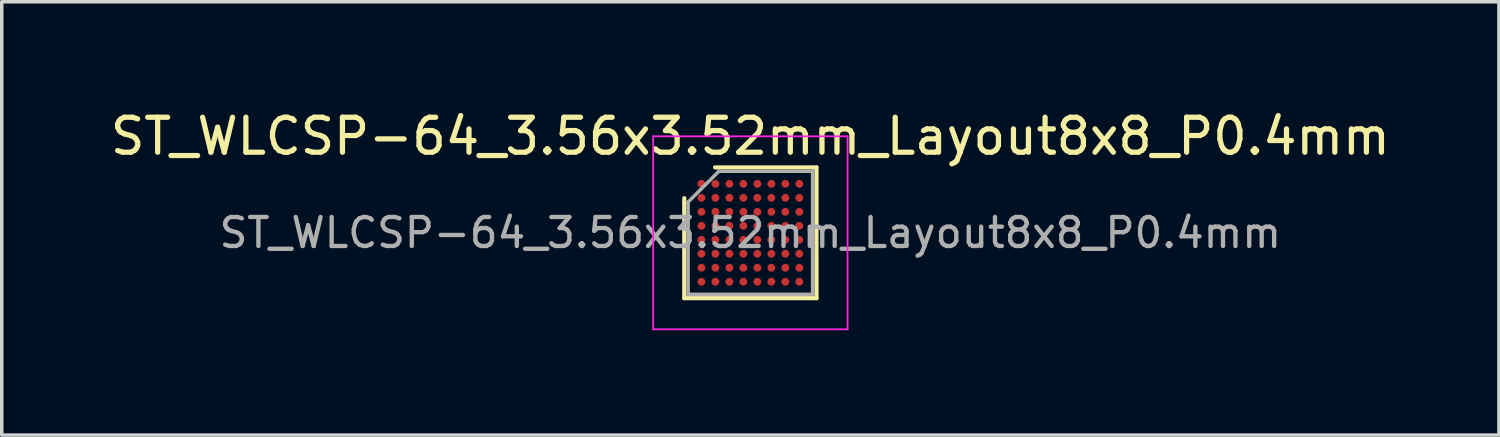
<source format=kicad_pcb>
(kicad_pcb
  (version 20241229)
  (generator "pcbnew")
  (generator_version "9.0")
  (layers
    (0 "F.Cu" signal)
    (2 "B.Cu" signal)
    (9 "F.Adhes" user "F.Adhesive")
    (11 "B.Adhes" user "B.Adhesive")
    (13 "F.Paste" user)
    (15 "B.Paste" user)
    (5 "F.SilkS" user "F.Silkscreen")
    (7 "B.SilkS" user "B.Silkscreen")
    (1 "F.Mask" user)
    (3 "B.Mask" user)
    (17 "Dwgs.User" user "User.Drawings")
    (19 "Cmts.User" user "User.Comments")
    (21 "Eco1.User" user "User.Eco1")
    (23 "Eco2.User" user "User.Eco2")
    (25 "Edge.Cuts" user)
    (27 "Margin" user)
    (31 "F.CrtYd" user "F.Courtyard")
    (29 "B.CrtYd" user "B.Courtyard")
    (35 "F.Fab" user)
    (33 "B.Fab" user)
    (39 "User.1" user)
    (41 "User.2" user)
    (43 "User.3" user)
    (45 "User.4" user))
  (footprint "ST_WLCSP-64_3.56x3.52mm_Layout8x8_P0.4mm"
    (layer "F.Cu")
    (at 18.411 3.608)
    (property "Reference" "ST_WLCSP-64_3.56x3.52mm_Layout8x8_P0.4mm" (at 0 -2.76 0) (layer "F.SilkS") (effects (font (size 1 1) (thickness 0.15))))
    (attr smd)
    (fp_line (start -1.89 1.87) (end -1.89 -0.99) (stroke (width 0.12) (type solid)) (layer "F.SilkS"))
    (fp_line (start -1.01 -1.87) (end 1.89 -1.87) (stroke (width 0.12) (type solid)) (layer "F.SilkS"))
    (fp_line (start 1.89 -1.87) (end 1.89 1.87) (stroke (width 0.12) (type solid)) (layer "F.SilkS"))
    (fp_line (start 1.89 1.87) (end -1.89 1.87) (stroke (width 0.12) (type solid)) (layer "F.SilkS"))
    (fp_line (start -2.78 -2.76) (end -2.78 2.76) (stroke (width 0.05) (type solid)) (layer "F.CrtYd"))
    (fp_line (start -2.78 2.76) (end 2.78 2.76) (stroke (width 0.05) (type solid)) (layer "F.CrtYd"))
    (fp_line (start 2.78 -2.76) (end -2.78 -2.76) (stroke (width 0.05) (type solid)) (layer "F.CrtYd"))
    (fp_line (start 2.78 2.76) (end 2.78 -2.76) (stroke (width 0.05) (type solid)) (layer "F.CrtYd"))
    (fp_line (start -1.78 -0.88) (end -0.9 -1.76) (stroke (width 0.1) (type solid)) (layer "F.Fab"))
    (fp_line (start -1.78 1.76) (end -1.78 -0.88) (stroke (width 0.1) (type solid)) (layer "F.Fab"))
    (fp_line (start -0.9 -1.76) (end 1.78 -1.76) (stroke (width 0.1) (type solid)) (layer "F.Fab"))
    (fp_line (start 1.78 -1.76) (end 1.78 1.76) (stroke (width 0.1) (type solid)) (layer "F.Fab"))
    (fp_line (start 1.78 1.76) (end -1.78 1.76) (stroke (width 0.1) (type solid)) (layer "F.Fab"))
    (fp_text user "${REFERENCE}" (at 0 0 0) (layer "F.Fab") (effects (font (size 0.83 0.83) (thickness 0.124))))
    (pad "A1" smd circle (at -1.4 -1.4) (size 0.225 0.225) (layers "F.Cu" "F.Mask" "F.Paste"))
    (pad "A2" smd circle (at -1 -1.4) (size 0.225 0.225) (layers "F.Cu" "F.Mask" "F.Paste"))
    (pad "A3" smd circle (at -0.6 -1.4) (size 0.225 0.225) (layers "F.Cu" "F.Mask" "F.Paste"))
    (pad "A4" smd circle (at -0.2 -1.4) (size 0.225 0.225) (layers "F.Cu" "F.Mask" "F.Paste"))
    (pad "A5" smd circle (at 0.2 -1.4) (size 0.225 0.225) (layers "F.Cu" "F.Mask" "F.Paste"))
    (pad "A6" smd circle (at 0.6 -1.4) (size 0.225 0.225) (layers "F.Cu" "F.Mask" "F.Paste"))
    (pad "A7" smd circle (at 1 -1.4) (size 0.225 0.225) (layers "F.Cu" "F.Mask" "F.Paste"))
    (pad "A8" smd circle (at 1.4 -1.4) (size 0.225 0.225) (layers "F.Cu" "F.Mask" "F.Paste"))
    (pad "B1" smd circle (at -1.4 -1) (size 0.225 0.225) (layers "F.Cu" "F.Mask" "F.Paste"))
    (pad "B2" smd circle (at -1 -1) (size 0.225 0.225) (layers "F.Cu" "F.Mask" "F.Paste"))
    (pad "B3" smd circle (at -0.6 -1) (size 0.225 0.225) (layers "F.Cu" "F.Mask" "F.Paste"))
    (pad "B4" smd circle (at -0.2 -1) (size 0.225 0.225) (layers "F.Cu" "F.Mask" "F.Paste"))
    (pad "B5" smd circle (at 0.2 -1) (size 0.225 0.225) (layers "F.Cu" "F.Mask" "F.Paste"))
    (pad "B6" smd circle (at 0.6 -1) (size 0.225 0.225) (layers "F.Cu" "F.Mask" "F.Paste"))
    (pad "B7" smd circle (at 1 -1) (size 0.225 0.225) (layers "F.Cu" "F.Mask" "F.Paste"))
    (pad "B8" smd circle (at 1.4 -1) (size 0.225 0.225) (layers "F.Cu" "F.Mask" "F.Paste"))
    (pad "C1" smd circle (at -1.4 -0.6) (size 0.225 0.225) (layers "F.Cu" "F.Mask" "F.Paste"))
    (pad "C2" smd circle (at -1 -0.6) (size 0.225 0.225) (layers "F.Cu" "F.Mask" "F.Paste"))
    (pad "C3" smd circle (at -0.6 -0.6) (size 0.225 0.225) (layers "F.Cu" "F.Mask" "F.Paste"))
    (pad "C4" smd circle (at -0.2 -0.6) (size 0.225 0.225) (layers "F.Cu" "F.Mask" "F.Paste"))
    (pad "C5" smd circle (at 0.2 -0.6) (size 0.225 0.225) (layers "F.Cu" "F.Mask" "F.Paste"))
    (pad "C6" smd circle (at 0.6 -0.6) (size 0.225 0.225) (layers "F.Cu" "F.Mask" "F.Paste"))
    (pad "C7" smd circle (at 1 -0.6) (size 0.225 0.225) (layers "F.Cu" "F.Mask" "F.Paste"))
    (pad "C8" smd circle (at 1.4 -0.6) (size 0.225 0.225) (layers "F.Cu" "F.Mask" "F.Paste"))
    (pad "D1" smd circle (at -1.4 -0.2) (size 0.225 0.225) (layers "F.Cu" "F.Mask" "F.Paste"))
    (pad "D2" smd circle (at -1 -0.2) (size 0.225 0.225) (layers "F.Cu" "F.Mask" "F.Paste"))
    (pad "D3" smd circle (at -0.6 -0.2) (size 0.225 0.225) (layers "F.Cu" "F.Mask" "F.Paste"))
    (pad "D4" smd circle (at -0.2 -0.2) (size 0.225 0.225) (layers "F.Cu" "F.Mask" "F.Paste"))
    (pad "D5" smd circle (at 0.2 -0.2) (size 0.225 0.225) (layers "F.Cu" "F.Mask" "F.Paste"))
    (pad "D6" smd circle (at 0.6 -0.2) (size 0.225 0.225) (layers "F.Cu" "F.Mask" "F.Paste"))
    (pad "D7" smd circle (at 1 -0.2) (size 0.225 0.225) (layers "F.Cu" "F.Mask" "F.Paste"))
    (pad "D8" smd circle (at 1.4 -0.2) (size 0.225 0.225) (layers "F.Cu" "F.Mask" "F.Paste"))
    (pad "E1" smd circle (at -1.4 0.2) (size 0.225 0.225) (layers "F.Cu" "F.Mask" "F.Paste"))
    (pad "E2" smd circle (at -1 0.2) (size 0.225 0.225) (layers "F.Cu" "F.Mask" "F.Paste"))
    (pad "E3" smd circle (at -0.6 0.2) (size 0.225 0.225) (layers "F.Cu" "F.Mask" "F.Paste"))
    (pad "E4" smd circle (at -0.2 0.2) (size 0.225 0.225) (layers "F.Cu" "F.Mask" "F.Paste"))
    (pad "E5" smd circle (at 0.2 0.2) (size 0.225 0.225) (layers "F.Cu" "F.Mask" "F.Paste"))
    (pad "E6" smd circle (at 0.6 0.2) (size 0.225 0.225) (layers "F.Cu" "F.Mask" "F.Paste"))
    (pad "E7" smd circle (at 1 0.2) (size 0.225 0.225) (layers "F.Cu" "F.Mask" "F.Paste"))
    (pad "E8" smd circle (at 1.4 0.2) (size 0.225 0.225) (layers "F.Cu" "F.Mask" "F.Paste"))
    (pad "F1" smd circle (at -1.4 0.6) (size 0.225 0.225) (layers "F.Cu" "F.Mask" "F.Paste"))
    (pad "F2" smd circle (at -1 0.6) (size 0.225 0.225) (layers "F.Cu" "F.Mask" "F.Paste"))
    (pad "F3" smd circle (at -0.6 0.6) (size 0.225 0.225) (layers "F.Cu" "F.Mask" "F.Paste"))
    (pad "F4" smd circle (at -0.2 0.6) (size 0.225 0.225) (layers "F.Cu" "F.Mask" "F.Paste"))
    (pad "F5" smd circle (at 0.2 0.6) (size 0.225 0.225) (layers "F.Cu" "F.Mask" "F.Paste"))
    (pad "F6" smd circle (at 0.6 0.6) (size 0.225 0.225) (layers "F.Cu" "F.Mask" "F.Paste"))
    (pad "F7" smd circle (at 1 0.6) (size 0.225 0.225) (layers "F.Cu" "F.Mask" "F.Paste"))
    (pad "F8" smd circle (at 1.4 0.6) (size 0.225 0.225) (layers "F.Cu" "F.Mask" "F.Paste"))
    (pad "G1" smd circle (at -1.4 1) (size 0.225 0.225) (layers "F.Cu" "F.Mask" "F.Paste"))
    (pad "G2" smd circle (at -1 1) (size 0.225 0.225) (layers "F.Cu" "F.Mask" "F.Paste"))
    (pad "G3" smd circle (at -0.6 1) (size 0.225 0.225) (layers "F.Cu" "F.Mask" "F.Paste"))
    (pad "G4" smd circle (at -0.2 1) (size 0.225 0.225) (layers "F.Cu" "F.Mask" "F.Paste"))
    (pad "G5" smd circle (at 0.2 1) (size 0.225 0.225) (layers "F.Cu" "F.Mask" "F.Paste"))
    (pad "G6" smd circle (at 0.6 1) (size 0.225 0.225) (layers "F.Cu" "F.Mask" "F.Paste"))
    (pad "G7" smd circle (at 1 1) (size 0.225 0.225) (layers "F.Cu" "F.Mask" "F.Paste"))
    (pad "G8" smd circle (at 1.4 1) (size 0.225 0.225) (layers "F.Cu" "F.Mask" "F.Paste"))
    (pad "H1" smd circle (at -1.4 1.4) (size 0.225 0.225) (layers "F.Cu" "F.Mask" "F.Paste"))
    (pad "H2" smd circle (at -1 1.4) (size 0.225 0.225) (layers "F.Cu" "F.Mask" "F.Paste"))
    (pad "H3" smd circle (at -0.6 1.4) (size 0.225 0.225) (layers "F.Cu" "F.Mask" "F.Paste"))
    (pad "H4" smd circle (at -0.2 1.4) (size 0.225 0.225) (layers "F.Cu" "F.Mask" "F.Paste"))
    (pad "H5" smd circle (at 0.2 1.4) (size 0.225 0.225) (layers "F.Cu" "F.Mask" "F.Paste"))
    (pad "H6" smd circle (at 0.6 1.4) (size 0.225 0.225) (layers "F.Cu" "F.Mask" "F.Paste"))
    (pad "H7" smd circle (at 1 1.4) (size 0.225 0.225) (layers "F.Cu" "F.Mask" "F.Paste"))
    (pad "H8" smd circle (at 1.4 1.4) (size 0.225 0.225) (layers "F.Cu" "F.Mask" "F.Paste")))
  (gr_rect
    (start -3 -3)
    (end 39.821 9.393)
    (stroke (width 0.1) (type default))
    (fill no)
    (layer "Edge.Cuts")))
</source>
